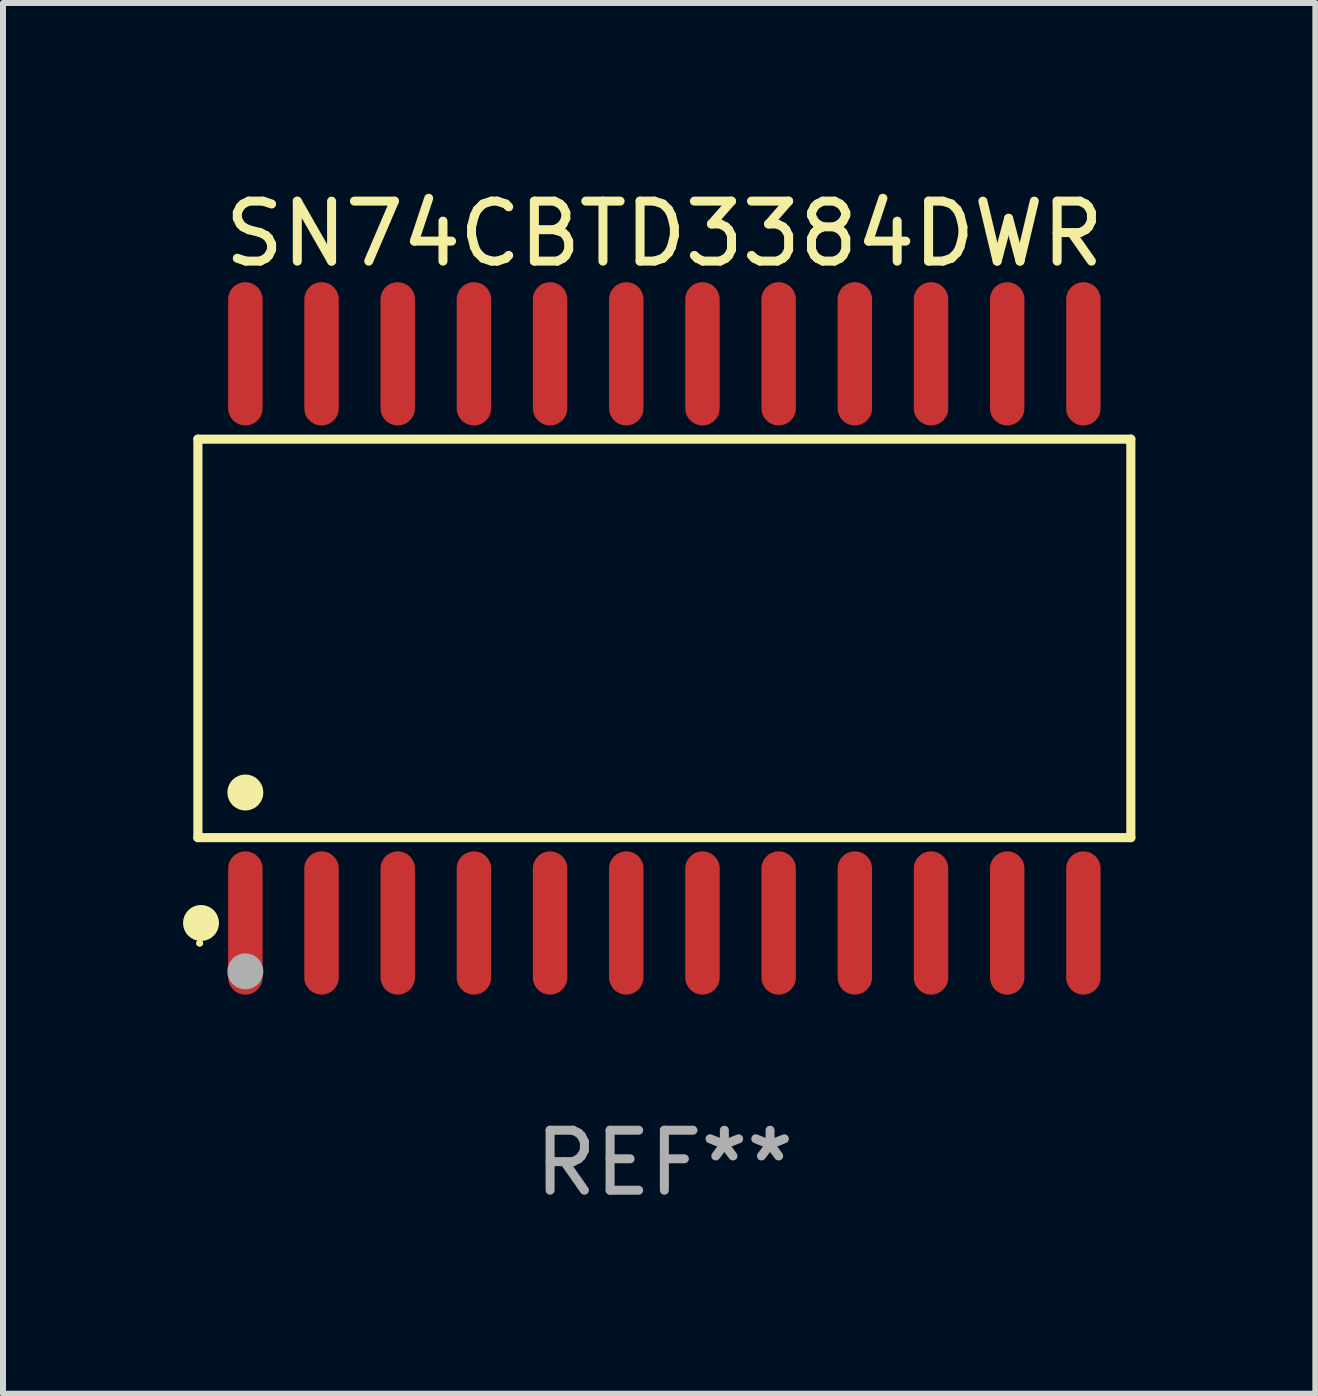
<source format=kicad_pcb>
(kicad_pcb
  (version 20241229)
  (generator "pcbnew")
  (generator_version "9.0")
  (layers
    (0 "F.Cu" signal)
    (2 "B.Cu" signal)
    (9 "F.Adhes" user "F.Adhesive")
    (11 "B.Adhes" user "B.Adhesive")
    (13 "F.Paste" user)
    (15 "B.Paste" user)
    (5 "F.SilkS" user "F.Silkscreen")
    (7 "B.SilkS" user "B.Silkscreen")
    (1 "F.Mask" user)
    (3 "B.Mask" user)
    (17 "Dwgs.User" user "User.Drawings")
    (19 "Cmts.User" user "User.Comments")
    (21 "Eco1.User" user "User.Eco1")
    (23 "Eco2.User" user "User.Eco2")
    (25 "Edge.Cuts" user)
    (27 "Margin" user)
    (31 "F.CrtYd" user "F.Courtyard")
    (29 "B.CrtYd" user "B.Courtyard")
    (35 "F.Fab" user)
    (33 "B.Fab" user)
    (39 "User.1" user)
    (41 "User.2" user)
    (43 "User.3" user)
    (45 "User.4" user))
  (footprint "SN74CBTD3384DWR"
    (layer "F.Cu")
    (at 8.025 7.592)
    (property "Reference" "SN74CBTD3384DWR" (at 0 -6.744 0) (layer "F.SilkS") (effects (font (size 1 1) (thickness 0.15))))
    (attr through_hole)
    (fp_line (start -7.776 -3.321) (end 7.776 -3.321) (stroke (width 0.152) (type solid)) (layer "F.SilkS"))
    (fp_line (start -7.776 3.321) (end -7.776 -3.321) (stroke (width 0.152) (type solid)) (layer "F.SilkS"))
    (fp_line (start 7.776 -3.321) (end 7.776 3.321) (stroke (width 0.152) (type solid)) (layer "F.SilkS"))
    (fp_line (start 7.776 3.321) (end -7.776 3.321) (stroke (width 0.152) (type solid)) (layer "F.SilkS"))
    (fp_circle (center -7.747 5.08) (end -7.717 5.08) (stroke (width 0.06) (type solid)) (fill no) (layer "F.SilkS"))
    (fp_circle (center -7.724 4.744) (end -7.574 4.744) (stroke (width 0.3) (type solid)) (fill no) (layer "F.SilkS"))
    (fp_circle (center -6.985 2.569) (end -6.835 2.569) (stroke (width 0.3) (type solid)) (fill no) (layer "F.SilkS"))
    (fp_circle (center -6.985 5.55) (end -6.835 5.55) (stroke (width 0.3) (type solid)) (fill no) (layer "F.Fab"))
    (fp_text user "REF**" (at 0 8.744 0) (layer "F.Fab") (effects (font (size 1 1) (thickness 0.15))))
    (pad "1" smd oval (at -6.985 4.744) (size 0.574 2.388) (layers "F.Cu" "F.Mask" "F.Paste"))
    (pad "2" smd oval (at -5.715 4.744) (size 0.574 2.388) (layers "F.Cu" "F.Mask" "F.Paste"))
    (pad "3" smd oval (at -4.445 4.744) (size 0.574 2.388) (layers "F.Cu" "F.Mask" "F.Paste"))
    (pad "4" smd oval (at -3.175 4.744) (size 0.574 2.388) (layers "F.Cu" "F.Mask" "F.Paste"))
    (pad "5" smd oval (at -1.905 4.744) (size 0.574 2.388) (layers "F.Cu" "F.Mask" "F.Paste"))
    (pad "6" smd oval (at -0.635 4.744) (size 0.574 2.388) (layers "F.Cu" "F.Mask" "F.Paste"))
    (pad "7" smd oval (at 0.635 4.744) (size 0.574 2.388) (layers "F.Cu" "F.Mask" "F.Paste"))
    (pad "8" smd oval (at 1.905 4.744) (size 0.574 2.388) (layers "F.Cu" "F.Mask" "F.Paste"))
    (pad "9" smd oval (at 3.175 4.744) (size 0.574 2.388) (layers "F.Cu" "F.Mask" "F.Paste"))
    (pad "10" smd oval (at 4.445 4.744) (size 0.574 2.388) (layers "F.Cu" "F.Mask" "F.Paste"))
    (pad "11" smd oval (at 5.715 4.744) (size 0.574 2.388) (layers "F.Cu" "F.Mask" "F.Paste"))
    (pad "12" smd oval (at 6.985 4.744) (size 0.574 2.388) (layers "F.Cu" "F.Mask" "F.Paste"))
    (pad "13" smd oval (at 6.985 -4.744) (size 0.574 2.388) (layers "F.Cu" "F.Mask" "F.Paste"))
    (pad "14" smd oval (at 5.715 -4.744) (size 0.574 2.388) (layers "F.Cu" "F.Mask" "F.Paste"))
    (pad "15" smd oval (at 4.445 -4.744) (size 0.574 2.388) (layers "F.Cu" "F.Mask" "F.Paste"))
    (pad "16" smd oval (at 3.175 -4.744) (size 0.574 2.388) (layers "F.Cu" "F.Mask" "F.Paste"))
    (pad "17" smd oval (at 1.905 -4.744) (size 0.574 2.388) (layers "F.Cu" "F.Mask" "F.Paste"))
    (pad "18" smd oval (at 0.635 -4.744) (size 0.574 2.388) (layers "F.Cu" "F.Mask" "F.Paste"))
    (pad "19" smd oval (at -0.635 -4.744) (size 0.574 2.388) (layers "F.Cu" "F.Mask" "F.Paste"))
    (pad "20" smd oval (at -1.905 -4.744) (size 0.574 2.388) (layers "F.Cu" "F.Mask" "F.Paste"))
    (pad "21" smd oval (at -3.175 -4.744) (size 0.574 2.388) (layers "F.Cu" "F.Mask" "F.Paste"))
    (pad "22" smd oval (at -4.445 -4.744) (size 0.574 2.388) (layers "F.Cu" "F.Mask" "F.Paste"))
    (pad "23" smd oval (at -5.715 -4.744) (size 0.574 2.388) (layers "F.Cu" "F.Mask" "F.Paste"))
    (pad "24" smd oval (at -6.985 -4.744) (size 0.574 2.388) (layers "F.Cu" "F.Mask" "F.Paste")))
  (gr_rect
    (start -3 -3)
    (end 18.877 20.184)
    (stroke (width 0.1) (type default))
    (fill no)
    (layer "Edge.Cuts")))
</source>
